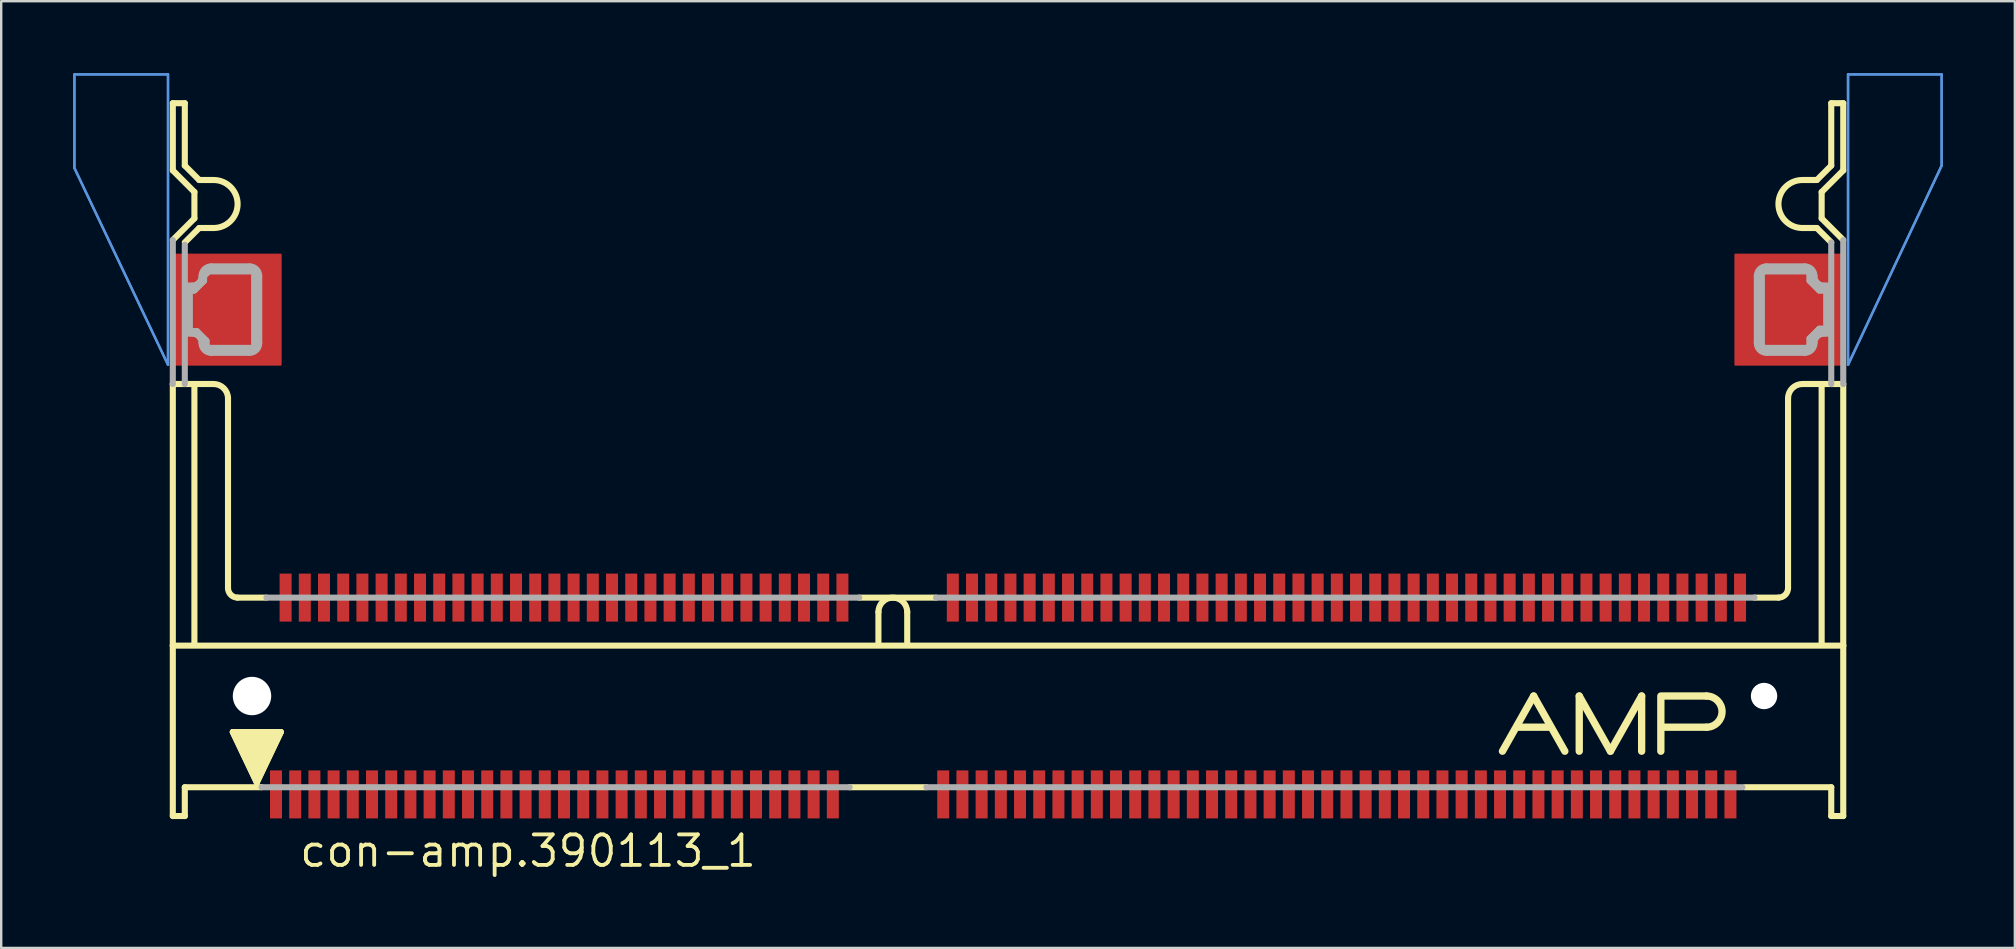
<source format=kicad_pcb>
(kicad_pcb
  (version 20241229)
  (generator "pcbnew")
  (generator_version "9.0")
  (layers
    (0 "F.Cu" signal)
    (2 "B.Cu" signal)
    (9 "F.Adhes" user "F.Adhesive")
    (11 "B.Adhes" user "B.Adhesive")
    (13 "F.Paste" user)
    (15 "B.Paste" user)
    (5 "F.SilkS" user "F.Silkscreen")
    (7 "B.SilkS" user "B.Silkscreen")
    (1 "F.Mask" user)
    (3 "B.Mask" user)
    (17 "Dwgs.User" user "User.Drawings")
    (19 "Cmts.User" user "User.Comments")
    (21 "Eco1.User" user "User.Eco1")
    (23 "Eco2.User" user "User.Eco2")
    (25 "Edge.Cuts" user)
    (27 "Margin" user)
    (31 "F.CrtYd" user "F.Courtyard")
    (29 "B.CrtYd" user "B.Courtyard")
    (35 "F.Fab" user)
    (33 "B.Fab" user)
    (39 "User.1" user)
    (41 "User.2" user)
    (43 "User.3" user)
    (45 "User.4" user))
  (footprint "con-amp.390113_1"
    (layer "F.Cu")
    (at 38.95 25.95)
    (property "Reference" "con-amp.390113_1" (at -29.6 7.2 0) (layer "F.SilkS") (effects (font (size 1.27 1.27) (thickness 0.16)) (justify left bottom)))
    (attr smd)
    (fp_rect (start -34.8 -13.8) (end -30.3 -18.4) (stroke (width 0.05) (type default)) (fill yes) (layer "F.Cu"))
    (fp_rect (start -34.8 -13.8) (end -30.3 -18.4) (stroke (width 0.05) (type default)) (fill yes) (layer "F.Cu"))
    (fp_rect (start 30.3 -13.8) (end 34.8 -18.4) (stroke (width 0.05) (type default)) (fill yes) (layer "F.Cu"))
    (fp_rect (start 30.3 -13.8) (end 34.8 -18.4) (stroke (width 0.05) (type default)) (fill yes) (layer "F.Cu"))
    (fp_rect (start -34.9 -13.725) (end -30.2 -18.475) (stroke (width 0.05) (type default)) (fill yes) (layer "F.Mask"))
    (fp_rect (start 30.225 -13.725) (end 34.925 -18.475) (stroke (width 0.05) (type default)) (fill yes) (layer "F.Mask"))
    (fp_line (start -34.8 -24.7) (end -34.8 -21.9) (stroke (width 0.254) (type default)) (layer "F.SilkS"))
    (fp_line (start -34.8 -21.9) (end -33.9 -21) (stroke (width 0.254) (type default)) (layer "F.SilkS"))
    (fp_line (start -34.8 -2.1) (end -34.8 -13) (stroke (width 0.254) (type default)) (layer "F.SilkS"))
    (fp_line (start -34.8 -2.1) (end 34.8 -2.1) (stroke (width 0.254) (type default)) (layer "F.SilkS"))
    (fp_line (start -34.8 5) (end -34.8 -2.1) (stroke (width 0.254) (type default)) (layer "F.SilkS"))
    (fp_line (start -34.3 -24.7) (end -34.8 -24.7) (stroke (width 0.254) (type default)) (layer "F.SilkS"))
    (fp_line (start -34.3 -22.1) (end -34.3 -24.7) (stroke (width 0.254) (type default)) (layer "F.SilkS"))
    (fp_line (start -34.3 -22.1) (end -33.7 -21.5) (stroke (width 0.254) (type default)) (layer "F.SilkS"))
    (fp_line (start -34.3 3.8) (end -34.3 5) (stroke (width 0.254) (type default)) (layer "F.SilkS"))
    (fp_line (start -34.3 5) (end -34.8 5) (stroke (width 0.254) (type default)) (layer "F.SilkS"))
    (fp_line (start -33.9 -21) (end -33.9 -19.9) (stroke (width 0.254) (type default)) (layer "F.SilkS"))
    (fp_line (start -33.9 -19.9) (end -34.8 -19) (stroke (width 0.254) (type default)) (layer "F.SilkS"))
    (fp_line (start -33.9 -13) (end -34.8 -13) (stroke (width 0.254) (type default)) (layer "F.SilkS"))
    (fp_line (start -33.9 -13) (end -33.1 -13) (stroke (width 0.254) (type default)) (layer "F.SilkS"))
    (fp_line (start -33.9 -2.2) (end -33.9 -13) (stroke (width 0.254) (type default)) (layer "F.SilkS"))
    (fp_line (start -33.7 -19.5) (end -34.3 -18.9) (stroke (width 0.254) (type default)) (layer "F.SilkS"))
    (fp_line (start -33.1 -21.5) (end -33.7 -21.5) (stroke (width 0.254) (type default)) (layer "F.SilkS"))
    (fp_line (start -33.1 -19.5) (end -33.7 -19.5) (stroke (width 0.254) (type default)) (layer "F.SilkS"))
    (fp_line (start -32.5 -12.4) (end -32.5 -4.5) (stroke (width 0.254) (type default)) (layer "F.SilkS"))
    (fp_line (start -32.3 1.5) (end -30.3 1.5) (stroke (width 0.254) (type default)) (layer "F.SilkS"))
    (fp_line (start -32.1 -4.1) (end -30.9 -4.1) (stroke (width 0.254) (type default)) (layer "F.SilkS"))
    (fp_line (start -31.3 3.6) (end -32.3 1.5) (stroke (width 0.254) (type default)) (layer "F.SilkS"))
    (fp_line (start -31.1 3.8) (end -34.3 3.8) (stroke (width 0.254) (type default)) (layer "F.SilkS"))
    (fp_line (start -30.3 1.5) (end -31.3 3.6) (stroke (width 0.254) (type default)) (layer "F.SilkS"))
    (fp_line (start -6.2 -4.1) (end -3 -4.1) (stroke (width 0.254) (type default)) (layer "F.SilkS"))
    (fp_line (start -5.4 -3.5) (end -5.4 -2.2) (stroke (width 0.254) (type default)) (layer "F.SilkS"))
    (fp_line (start -4.2 -3.5) (end -4.2 -2.2) (stroke (width 0.254) (type default)) (layer "F.SilkS"))
    (fp_line (start -3.4 3.8) (end -6.6 3.8) (stroke (width 0.254) (type default)) (layer "F.SilkS"))
    (fp_line (start 21.3 1.3) (end 22.5 1.3) (stroke (width 0.305) (type default)) (layer "F.SilkS"))
    (fp_line (start 21.9 0) (end 20.6 2.3) (stroke (width 0.305) (type default)) (layer "F.SilkS"))
    (fp_line (start 21.9 0) (end 23.2 2.3) (stroke (width 0.305) (type default)) (layer "F.SilkS"))
    (fp_line (start 23.8 0) (end 25.1 2.3) (stroke (width 0.305) (type default)) (layer "F.SilkS"))
    (fp_line (start 23.8 2.3) (end 23.8 0) (stroke (width 0.305) (type default)) (layer "F.SilkS"))
    (fp_line (start 25.1 2.3) (end 26.4 0) (stroke (width 0.305) (type default)) (layer "F.SilkS"))
    (fp_line (start 26.4 0) (end 26.4 2.3) (stroke (width 0.305) (type default)) (layer "F.SilkS"))
    (fp_line (start 27.2 2.3) (end 27.2 0) (stroke (width 0.305) (type default)) (layer "F.SilkS"))
    (fp_line (start 27.3 0) (end 29.1 0) (stroke (width 0.305) (type default)) (layer "F.SilkS"))
    (fp_line (start 27.3 1.3) (end 29.1 1.3) (stroke (width 0.305) (type default)) (layer "F.SilkS"))
    (fp_line (start 32.1 -4.1) (end 31.1 -4.1) (stroke (width 0.254) (type default)) (layer "F.SilkS"))
    (fp_line (start 32.5 -4.5) (end 32.5 -12.4) (stroke (width 0.254) (type default)) (layer "F.SilkS"))
    (fp_line (start 33.1 -21.5) (end 33.7 -21.5) (stroke (width 0.254) (type default)) (layer "F.SilkS"))
    (fp_line (start 33.1 -19.5) (end 33.7 -19.5) (stroke (width 0.254) (type default)) (layer "F.SilkS"))
    (fp_line (start 33.1 -13) (end 33.9 -13) (stroke (width 0.254) (type default)) (layer "F.SilkS"))
    (fp_line (start 33.7 -19.5) (end 34.3 -18.9) (stroke (width 0.254) (type default)) (layer "F.SilkS"))
    (fp_line (start 33.9 -21) (end 33.9 -19.9) (stroke (width 0.254) (type default)) (layer "F.SilkS"))
    (fp_line (start 33.9 -19.9) (end 34.8 -19) (stroke (width 0.254) (type default)) (layer "F.SilkS"))
    (fp_line (start 33.9 -13) (end 34.8 -13) (stroke (width 0.254) (type default)) (layer "F.SilkS"))
    (fp_line (start 33.9 -2.2) (end 33.9 -13) (stroke (width 0.254) (type default)) (layer "F.SilkS"))
    (fp_line (start 34.3 -24.7) (end 34.8 -24.7) (stroke (width 0.254) (type default)) (layer "F.SilkS"))
    (fp_line (start 34.3 -22.1) (end 33.7 -21.5) (stroke (width 0.254) (type default)) (layer "F.SilkS"))
    (fp_line (start 34.3 -22.1) (end 34.3 -24.7) (stroke (width 0.254) (type default)) (layer "F.SilkS"))
    (fp_line (start 34.3 3.8) (end 30.7 3.8) (stroke (width 0.254) (type default)) (layer "F.SilkS"))
    (fp_line (start 34.3 5) (end 34.3 3.8) (stroke (width 0.254) (type default)) (layer "F.SilkS"))
    (fp_line (start 34.8 -24.7) (end 34.8 -21.9) (stroke (width 0.254) (type default)) (layer "F.SilkS"))
    (fp_line (start 34.8 -21.9) (end 33.9 -21) (stroke (width 0.254) (type default)) (layer "F.SilkS"))
    (fp_line (start 34.8 -13) (end 34.8 -2.1) (stroke (width 0.254) (type default)) (layer "F.SilkS"))
    (fp_line (start 34.8 -2.1) (end 34.8 5) (stroke (width 0.254) (type default)) (layer "F.SilkS"))
    (fp_line (start 34.8 5) (end 34.3 5) (stroke (width 0.254) (type default)) (layer "F.SilkS"))
    (fp_arc (start -33.1 -21.5) (mid -32.1 -20.5) (end -33.1 -19.5) (stroke (width 0.254) (type default)) (layer "F.SilkS"))
    (fp_arc (start -33.1 -13) (mid -32.675736 -12.824264) (end -32.5 -12.4) (stroke (width 0.254) (type default)) (layer "F.SilkS"))
    (fp_arc (start -32.1 -4.1) (mid -32.382843 -4.217157) (end -32.5 -4.5) (stroke (width 0.254) (type default)) (layer "F.SilkS"))
    (fp_arc (start -5.4 -3.5) (mid -4.8 -4.1) (end -4.2 -3.5) (stroke (width 0.254) (type default)) (layer "F.SilkS"))
    (fp_arc (start 29.1 0) (mid 29.75 0.65) (end 29.1 1.3) (stroke (width 0.3048) (type default)) (layer "F.SilkS"))
    (fp_arc (start 32.5 -12.4) (mid 32.675736 -12.824264) (end 33.1 -13) (stroke (width 0.254) (type default)) (layer "F.SilkS"))
    (fp_arc (start 32.5 -4.5) (mid 32.382843 -4.217157) (end 32.1 -4.1) (stroke (width 0.254) (type default)) (layer "F.SilkS"))
    (fp_arc (start 33.1 -19.5) (mid 32.1 -20.5) (end 33.1 -21.5) (stroke (width 0.254) (type default)) (layer "F.SilkS"))
    (fp_poly (pts (xy -31.3 3.6) (xy -32.3 1.5) (xy -30.3 1.5)) (stroke (width 0.254) (type default)) (fill yes) (layer "F.SilkS"))
    (fp_rect (start -34.55 -14.025) (end -30.775 -18.2) (stroke (width 0.05) (type default)) (fill yes) (layer "F.Paste"))
    (fp_rect (start 30.775 -14.025) (end 34.55 -18.2) (stroke (width 0.05) (type default)) (fill yes) (layer "F.Paste"))
    (fp_line (start -38.9 -25.9) (end -35 -25.9) (stroke (width 0.1) (type default)) (layer "Cmts.User"))
    (fp_line (start -38.9 -22) (end -38.9 -25.9) (stroke (width 0.1) (type default)) (layer "Cmts.User"))
    (fp_line (start -35 -25.9) (end -35 -13.8) (stroke (width 0.1) (type default)) (layer "Cmts.User"))
    (fp_line (start -35 -13.8) (end -38.9 -22) (stroke (width 0.1) (type default)) (layer "Cmts.User"))
    (fp_line (start 35 -25.9) (end 38.9 -25.9) (stroke (width 0.1) (type default)) (layer "Cmts.User"))
    (fp_line (start 35 -13.8) (end 35 -25.9) (stroke (width 0.1) (type default)) (layer "Cmts.User"))
    (fp_line (start 38.9 -25.9) (end 38.9 -22.1) (stroke (width 0.1) (type default)) (layer "Cmts.User"))
    (fp_line (start 38.9 -22.1) (end 35 -13.8) (stroke (width 0.1) (type default)) (layer "Cmts.User"))
    (fp_poly (pts (xy -38.9 -25.9) (xy -35 -25.9) (xy -35 -13.8) (xy -38.9 -22)) (stroke (width 0.1) (type default)) (fill no) (layer "Cmts.User"))
    (fp_poly (pts (xy 38.9 -25.9) (xy 38.9 -22.1) (xy 35 -13.8) (xy 35 -25.9)) (stroke (width 0.1) (type default)) (fill no) (layer "Cmts.User"))
    (fp_line (start -34.8 -13) (end -34.8 -19) (stroke (width 0.254) (type default)) (layer "F.Fab"))
    (fp_line (start -34.3 -13) (end -34.3 -18.8) (stroke (width 0.254) (type default)) (layer "F.Fab"))
    (fp_line (start -34.1 -16.9) (end -33.9 -16.9) (stroke (width 0.254) (type default)) (layer "F.Fab"))
    (fp_line (start -34.1 -15.2) (end -34.1 -16.9) (stroke (width 0.254) (type default)) (layer "F.Fab"))
    (fp_line (start -34 -17.1) (end -34.2 -17.1) (stroke (width 0.254) (type default)) (layer "F.Fab"))
    (fp_line (start -34 -15.1) (end -34.2 -15.1) (stroke (width 0.254) (type default)) (layer "F.Fab"))
    (fp_line (start -33.9 -16.9) (end -33.5 -17.3) (stroke (width 0.254) (type default)) (layer "F.Fab"))
    (fp_line (start -33.8 -15.2) (end -34.1 -15.2) (stroke (width 0.254) (type default)) (layer "F.Fab"))
    (fp_line (start -33.5 -17.5) (end -33.3 -17.7) (stroke (width 0.254) (type default)) (layer "F.Fab"))
    (fp_line (start -33.5 -17.3) (end -33.5 -17.5) (stroke (width 0.254) (type default)) (layer "F.Fab"))
    (fp_line (start -33.4 -14.8) (end -33.8 -15.2) (stroke (width 0.254) (type default)) (layer "F.Fab"))
    (fp_line (start -33.4 -14.6) (end -33.4 -14.8) (stroke (width 0.254) (type default)) (layer "F.Fab"))
    (fp_line (start -33.3 -17.7) (end -31.4 -17.7) (stroke (width 0.254) (type default)) (layer "F.Fab"))
    (fp_line (start -33.3 -14.5) (end -33.4 -14.6) (stroke (width 0.254) (type default)) (layer "F.Fab"))
    (fp_line (start -33.2 -17.9) (end -31.6 -17.9) (stroke (width 0.254) (type default)) (layer "F.Fab"))
    (fp_line (start -31.6 -14.3) (end -33.2 -14.3) (stroke (width 0.254) (type default)) (layer "F.Fab"))
    (fp_line (start -31.4 -17.7) (end -31.4 -14.5) (stroke (width 0.254) (type default)) (layer "F.Fab"))
    (fp_line (start -31.4 -14.5) (end -33.3 -14.5) (stroke (width 0.254) (type default)) (layer "F.Fab"))
    (fp_line (start -31.2 -17.5) (end -31.2 -14.7) (stroke (width 0.254) (type default)) (layer "F.Fab"))
    (fp_line (start -31.1 3.8) (end -6.6 3.8) (stroke (width 0.254) (type default)) (layer "F.Fab"))
    (fp_line (start -30.9 -4.1) (end -6.2 -4.1) (stroke (width 0.254) (type default)) (layer "F.Fab"))
    (fp_line (start -3.4 3.8) (end 30.6 3.8) (stroke (width 0.254) (type default)) (layer "F.Fab"))
    (fp_line (start -3 -4.1) (end 31.1 -4.1) (stroke (width 0.254) (type default)) (layer "F.Fab"))
    (fp_line (start 31.2 -17.5) (end 31.2 -14.7) (stroke (width 0.254) (type default)) (layer "F.Fab"))
    (fp_line (start 31.4 -17.6) (end 31.5 -17.7) (stroke (width 0.254) (type default)) (layer "F.Fab"))
    (fp_line (start 31.4 -14.6) (end 31.4 -17.6) (stroke (width 0.254) (type default)) (layer "F.Fab"))
    (fp_line (start 31.5 -17.7) (end 33.3 -17.7) (stroke (width 0.254) (type default)) (layer "F.Fab"))
    (fp_line (start 31.5 -14.5) (end 31.4 -14.6) (stroke (width 0.254) (type default)) (layer "F.Fab"))
    (fp_line (start 31.6 -14.3) (end 33.2 -14.3) (stroke (width 0.254) (type default)) (layer "F.Fab"))
    (fp_line (start 33.2 -17.9) (end 31.6 -17.9) (stroke (width 0.254) (type default)) (layer "F.Fab"))
    (fp_line (start 33.3 -17.7) (end 33.4 -17.6) (stroke (width 0.254) (type default)) (layer "F.Fab"))
    (fp_line (start 33.3 -14.5) (end 31.5 -14.5) (stroke (width 0.254) (type default)) (layer "F.Fab"))
    (fp_line (start 33.4 -17.6) (end 33.4 -17.3) (stroke (width 0.254) (type default)) (layer "F.Fab"))
    (fp_line (start 33.4 -17.3) (end 33.8 -16.9) (stroke (width 0.254) (type default)) (layer "F.Fab"))
    (fp_line (start 33.4 -14.9) (end 33.4 -14.6) (stroke (width 0.254) (type default)) (layer "F.Fab"))
    (fp_line (start 33.4 -14.6) (end 33.3 -14.5) (stroke (width 0.254) (type default)) (layer "F.Fab"))
    (fp_line (start 33.8 -16.9) (end 34.1 -16.9) (stroke (width 0.254) (type default)) (layer "F.Fab"))
    (fp_line (start 33.8 -15.3) (end 33.4 -14.9) (stroke (width 0.254) (type default)) (layer "F.Fab"))
    (fp_line (start 34 -17.1) (end 34.2 -17.1) (stroke (width 0.254) (type default)) (layer "F.Fab"))
    (fp_line (start 34 -15.1) (end 34.2 -15.1) (stroke (width 0.254) (type default)) (layer "F.Fab"))
    (fp_line (start 34.1 -16.9) (end 34.1 -15.3) (stroke (width 0.254) (type default)) (layer "F.Fab"))
    (fp_line (start 34.1 -15.3) (end 33.8 -15.3) (stroke (width 0.254) (type default)) (layer "F.Fab"))
    (fp_line (start 34.3 -18.9) (end 34.3 -13) (stroke (width 0.254) (type default)) (layer "F.Fab"))
    (fp_line (start 34.8 -19) (end 34.8 -13) (stroke (width 0.254) (type default)) (layer "F.Fab"))
    (fp_arc (start -34 -15.1) (mid -33.717157 -14.982843) (end -33.6 -14.7) (stroke (width 0.254) (type default)) (layer "F.Fab"))
    (fp_arc (start -33.6 -17.5) (mid -33.717157 -17.217157) (end -34 -17.1) (stroke (width 0.254) (type default)) (layer "F.Fab"))
    (fp_arc (start -33.6 -17.5) (mid -33.482843 -17.782843) (end -33.2 -17.9) (stroke (width 0.254) (type default)) (layer "F.Fab"))
    (fp_arc (start -33.2 -14.3) (mid -33.482843 -14.417157) (end -33.6 -14.7) (stroke (width 0.254) (type default)) (layer "F.Fab"))
    (fp_arc (start -31.6 -17.9) (mid -31.317157 -17.782843) (end -31.2 -17.5) (stroke (width 0.254) (type default)) (layer "F.Fab"))
    (fp_arc (start -31.2 -14.7) (mid -31.317157 -14.417157) (end -31.6 -14.3) (stroke (width 0.254) (type default)) (layer "F.Fab"))
    (fp_arc (start 31.2 -17.5) (mid 31.317157 -17.782843) (end 31.6 -17.9) (stroke (width 0.254) (type default)) (layer "F.Fab"))
    (fp_arc (start 31.6 -14.3) (mid 31.317157 -14.417157) (end 31.2 -14.7) (stroke (width 0.254) (type default)) (layer "F.Fab"))
    (fp_arc (start 33.2 -17.9) (mid 33.482843 -17.782843) (end 33.6 -17.5) (stroke (width 0.254) (type default)) (layer "F.Fab"))
    (fp_arc (start 33.6 -14.7) (mid 33.482843 -14.417157) (end 33.2 -14.3) (stroke (width 0.254) (type default)) (layer "F.Fab"))
    (fp_arc (start 33.6 -14.7) (mid 33.717157 -14.982843) (end 34 -15.1) (stroke (width 0.254) (type default)) (layer "F.Fab"))
    (fp_arc (start 34 -17.1) (mid 33.717157 -17.217157) (end 33.6 -17.5) (stroke (width 0.254) (type default)) (layer "F.Fab"))
    (fp_poly (pts (xy -34.1 -16.9) (xy -33.9 -16.9) (xy -33.5 -17.3) (xy -33.5 -17.5) (xy -33.3 -17.7) (xy -31.4 -17.7) (xy -31.4 -14.5) (xy -33.3 -14.5) (xy -33.4 -14.6) (xy -33.4 -14.8) (xy -33.8 -15.2) (xy -34.1 -15.2) (xy -34.1 -16.8)) (stroke (width 0.254) (type default)) (fill no) (layer "F.Fab"))
    (fp_poly (pts (xy 31.4 -17.6) (xy 31.5 -17.7) (xy 33.3 -17.7) (xy 33.4 -17.6) (xy 33.4 -17.3) (xy 33.8 -16.9) (xy 34.1 -16.9) (xy 34.1 -15.3) (xy 33.8 -15.3) (xy 33.4 -14.9) (xy 33.4 -14.6) (xy 33.3 -14.5) (xy 31.5 -14.5) (xy 31.4 -14.6) (xy 31.4 -17.5)) (stroke (width 0.254) (type default)) (fill no) (layer "F.Fab"))
    (pad "" np_thru_hole circle (at -31.5 0) (size 1.6 1.6) (drill 1.6) (layers "*.Cu" "*.Mask"))
    (pad "" np_thru_hole circle (at 31.5 0) (size 1.1 1.1) (drill 1.1) (layers "*.Cu" "*.Mask"))
    (pad "1" smd roundrect (at -30.5 4.1) (size 0.5 2) (layers "F.Cu" "F.Mask" "F.Paste") (roundrect_rratio 0.01))
    (pad "2" smd roundrect (at -29.7 4.1) (size 0.5 2) (layers "F.Cu" "F.Mask" "F.Paste") (roundrect_rratio 0.01))
    (pad "3" smd roundrect (at -28.9 4.1) (size 0.5 2) (layers "F.Cu" "F.Mask" "F.Paste") (roundrect_rratio 0.01))
    (pad "4" smd roundrect (at -28.1 4.1) (size 0.5 2) (layers "F.Cu" "F.Mask" "F.Paste") (roundrect_rratio 0.01))
    (pad "5" smd roundrect (at -27.3 4.1) (size 0.5 2) (layers "F.Cu" "F.Mask" "F.Paste") (roundrect_rratio 0.01))
    (pad "6" smd roundrect (at -26.5 4.1) (size 0.5 2) (layers "F.Cu" "F.Mask" "F.Paste") (roundrect_rratio 0.01))
    (pad "7" smd roundrect (at -25.7 4.1) (size 0.5 2) (layers "F.Cu" "F.Mask" "F.Paste") (roundrect_rratio 0.01))
    (pad "8" smd roundrect (at -24.9 4.1) (size 0.5 2) (layers "F.Cu" "F.Mask" "F.Paste") (roundrect_rratio 0.01))
    (pad "9" smd roundrect (at -24.1 4.1) (size 0.5 2) (layers "F.Cu" "F.Mask" "F.Paste") (roundrect_rratio 0.01))
    (pad "10" smd roundrect (at -23.3 4.1) (size 0.5 2) (layers "F.Cu" "F.Mask" "F.Paste") (roundrect_rratio 0.01))
    (pad "11" smd roundrect (at -22.5 4.1) (size 0.5 2) (layers "F.Cu" "F.Mask" "F.Paste") (roundrect_rratio 0.01))
    (pad "12" smd roundrect (at -21.7 4.1) (size 0.5 2) (layers "F.Cu" "F.Mask" "F.Paste") (roundrect_rratio 0.01))
    (pad "13" smd roundrect (at -20.9 4.1) (size 0.5 2) (layers "F.Cu" "F.Mask" "F.Paste") (roundrect_rratio 0.01))
    (pad "14" smd roundrect (at -20.1 4.1) (size 0.5 2) (layers "F.Cu" "F.Mask" "F.Paste") (roundrect_rratio 0.01))
    (pad "15" smd roundrect (at -19.3 4.1) (size 0.5 2) (layers "F.Cu" "F.Mask" "F.Paste") (roundrect_rratio 0.01))
    (pad "16" smd roundrect (at -18.5 4.1) (size 0.5 2) (layers "F.Cu" "F.Mask" "F.Paste") (roundrect_rratio 0.01))
    (pad "17" smd roundrect (at -17.7 4.1) (size 0.5 2) (layers "F.Cu" "F.Mask" "F.Paste") (roundrect_rratio 0.01))
    (pad "18" smd roundrect (at -16.9 4.1) (size 0.5 2) (layers "F.Cu" "F.Mask" "F.Paste") (roundrect_rratio 0.01))
    (pad "19" smd roundrect (at -16.1 4.1) (size 0.5 2) (layers "F.Cu" "F.Mask" "F.Paste") (roundrect_rratio 0.01))
    (pad "20" smd roundrect (at -15.3 4.1) (size 0.5 2) (layers "F.Cu" "F.Mask" "F.Paste") (roundrect_rratio 0.01))
    (pad "21" smd roundrect (at -14.5 4.1) (size 0.5 2) (layers "F.Cu" "F.Mask" "F.Paste") (roundrect_rratio 0.01))
    (pad "22" smd roundrect (at -13.7 4.1) (size 0.5 2) (layers "F.Cu" "F.Mask" "F.Paste") (roundrect_rratio 0.01))
    (pad "23" smd roundrect (at -12.9 4.1) (size 0.5 2) (layers "F.Cu" "F.Mask" "F.Paste") (roundrect_rratio 0.01))
    (pad "24" smd roundrect (at -12.1 4.1) (size 0.5 2) (layers "F.Cu" "F.Mask" "F.Paste") (roundrect_rratio 0.01))
    (pad "25" smd roundrect (at -11.3 4.1) (size 0.5 2) (layers "F.Cu" "F.Mask" "F.Paste") (roundrect_rratio 0.01))
    (pad "26" smd roundrect (at -10.5 4.1) (size 0.5 2) (layers "F.Cu" "F.Mask" "F.Paste") (roundrect_rratio 0.01))
    (pad "27" smd roundrect (at -9.7 4.1) (size 0.5 2) (layers "F.Cu" "F.Mask" "F.Paste") (roundrect_rratio 0.01))
    (pad "28" smd roundrect (at -8.9 4.1) (size 0.5 2) (layers "F.Cu" "F.Mask" "F.Paste") (roundrect_rratio 0.01))
    (pad "29" smd roundrect (at -8.1 4.1) (size 0.5 2) (layers "F.Cu" "F.Mask" "F.Paste") (roundrect_rratio 0.01))
    (pad "30" smd roundrect (at -7.3 4.1) (size 0.5 2) (layers "F.Cu" "F.Mask" "F.Paste") (roundrect_rratio 0.01))
    (pad "31" smd roundrect (at -2.7 4.1) (size 0.5 2) (layers "F.Cu" "F.Mask" "F.Paste") (roundrect_rratio 0.01))
    (pad "32" smd roundrect (at -1.9 4.1) (size 0.5 2) (layers "F.Cu" "F.Mask" "F.Paste") (roundrect_rratio 0.01))
    (pad "33" smd roundrect (at -1.1 4.1) (size 0.5 2) (layers "F.Cu" "F.Mask" "F.Paste") (roundrect_rratio 0.01))
    (pad "34" smd roundrect (at -0.3 4.1) (size 0.5 2) (layers "F.Cu" "F.Mask" "F.Paste") (roundrect_rratio 0.01))
    (pad "35" smd roundrect (at 0.5 4.1) (size 0.5 2) (layers "F.Cu" "F.Mask" "F.Paste") (roundrect_rratio 0.01))
    (pad "36" smd roundrect (at 1.3 4.1) (size 0.5 2) (layers "F.Cu" "F.Mask" "F.Paste") (roundrect_rratio 0.01))
    (pad "37" smd roundrect (at 2.1 4.1) (size 0.5 2) (layers "F.Cu" "F.Mask" "F.Paste") (roundrect_rratio 0.01))
    (pad "38" smd roundrect (at 2.9 4.1) (size 0.5 2) (layers "F.Cu" "F.Mask" "F.Paste") (roundrect_rratio 0.01))
    (pad "39" smd roundrect (at 3.7 4.1) (size 0.5 2) (layers "F.Cu" "F.Mask" "F.Paste") (roundrect_rratio 0.01))
    (pad "40" smd roundrect (at 4.5 4.1) (size 0.5 2) (layers "F.Cu" "F.Mask" "F.Paste") (roundrect_rratio 0.01))
    (pad "41" smd roundrect (at 5.3 4.1) (size 0.5 2) (layers "F.Cu" "F.Mask" "F.Paste") (roundrect_rratio 0.01))
    (pad "42" smd roundrect (at 6.1 4.1) (size 0.5 2) (layers "F.Cu" "F.Mask" "F.Paste") (roundrect_rratio 0.01))
    (pad "43" smd roundrect (at 6.9 4.1) (size 0.5 2) (layers "F.Cu" "F.Mask" "F.Paste") (roundrect_rratio 0.01))
    (pad "44" smd roundrect (at 7.7 4.1) (size 0.5 2) (layers "F.Cu" "F.Mask" "F.Paste") (roundrect_rratio 0.01))
    (pad "45" smd roundrect (at 8.5 4.1) (size 0.5 2) (layers "F.Cu" "F.Mask" "F.Paste") (roundrect_rratio 0.01))
    (pad "46" smd roundrect (at 9.3 4.1) (size 0.5 2) (layers "F.Cu" "F.Mask" "F.Paste") (roundrect_rratio 0.01))
    (pad "47" smd roundrect (at 10.1 4.1) (size 0.5 2) (layers "F.Cu" "F.Mask" "F.Paste") (roundrect_rratio 0.01))
    (pad "48" smd roundrect (at 10.9 4.1) (size 0.5 2) (layers "F.Cu" "F.Mask" "F.Paste") (roundrect_rratio 0.01))
    (pad "49" smd roundrect (at 11.7 4.1) (size 0.5 2) (layers "F.Cu" "F.Mask" "F.Paste") (roundrect_rratio 0.01))
    (pad "50" smd roundrect (at 12.5 4.1) (size 0.5 2) (layers "F.Cu" "F.Mask" "F.Paste") (roundrect_rratio 0.01))
    (pad "51" smd roundrect (at 13.3 4.1) (size 0.5 2) (layers "F.Cu" "F.Mask" "F.Paste") (roundrect_rratio 0.01))
    (pad "52" smd roundrect (at 14.1 4.1) (size 0.5 2) (layers "F.Cu" "F.Mask" "F.Paste") (roundrect_rratio 0.01))
    (pad "53" smd roundrect (at 14.9 4.1) (size 0.5 2) (layers "F.Cu" "F.Mask" "F.Paste") (roundrect_rratio 0.01))
    (pad "54" smd roundrect (at 15.7 4.1) (size 0.5 2) (layers "F.Cu" "F.Mask" "F.Paste") (roundrect_rratio 0.01))
    (pad "55" smd roundrect (at 16.5 4.1) (size 0.5 2) (layers "F.Cu" "F.Mask" "F.Paste") (roundrect_rratio 0.01))
    (pad "56" smd roundrect (at 17.3 4.1) (size 0.5 2) (layers "F.Cu" "F.Mask" "F.Paste") (roundrect_rratio 0.01))
    (pad "57" smd roundrect (at 18.1 4.1) (size 0.5 2) (layers "F.Cu" "F.Mask" "F.Paste") (roundrect_rratio 0.01))
    (pad "58" smd roundrect (at 18.9 4.1) (size 0.5 2) (layers "F.Cu" "F.Mask" "F.Paste") (roundrect_rratio 0.01))
    (pad "59" smd roundrect (at 19.7 4.1) (size 0.5 2) (layers "F.Cu" "F.Mask" "F.Paste") (roundrect_rratio 0.01))
    (pad "60" smd roundrect (at 20.5 4.1) (size 0.5 2) (layers "F.Cu" "F.Mask" "F.Paste") (roundrect_rratio 0.01))
    (pad "61" smd roundrect (at 21.3 4.1) (size 0.5 2) (layers "F.Cu" "F.Mask" "F.Paste") (roundrect_rratio 0.01))
    (pad "62" smd roundrect (at 22.1 4.1) (size 0.5 2) (layers "F.Cu" "F.Mask" "F.Paste") (roundrect_rratio 0.01))
    (pad "63" smd roundrect (at 22.9 4.1) (size 0.5 2) (layers "F.Cu" "F.Mask" "F.Paste") (roundrect_rratio 0.01))
    (pad "64" smd roundrect (at 23.7 4.1) (size 0.5 2) (layers "F.Cu" "F.Mask" "F.Paste") (roundrect_rratio 0.01))
    (pad "65" smd roundrect (at 24.5 4.1) (size 0.5 2) (layers "F.Cu" "F.Mask" "F.Paste") (roundrect_rratio 0.01))
    (pad "66" smd roundrect (at 25.3 4.1) (size 0.5 2) (layers "F.Cu" "F.Mask" "F.Paste") (roundrect_rratio 0.01))
    (pad "67" smd roundrect (at 26.1 4.1) (size 0.5 2) (layers "F.Cu" "F.Mask" "F.Paste") (roundrect_rratio 0.01))
    (pad "68" smd roundrect (at 26.9 4.1) (size 0.5 2) (layers "F.Cu" "F.Mask" "F.Paste") (roundrect_rratio 0.01))
    (pad "69" smd roundrect (at 27.7 4.1) (size 0.5 2) (layers "F.Cu" "F.Mask" "F.Paste") (roundrect_rratio 0.01))
    (pad "70" smd roundrect (at 28.5 4.1) (size 0.5 2) (layers "F.Cu" "F.Mask" "F.Paste") (roundrect_rratio 0.01))
    (pad "71" smd roundrect (at 29.3 4.1) (size 0.5 2) (layers "F.Cu" "F.Mask" "F.Paste") (roundrect_rratio 0.01))
    (pad "72" smd roundrect (at 30.1 4.1) (size 0.5 2) (layers "F.Cu" "F.Mask" "F.Paste") (roundrect_rratio 0.01))
    (pad "73" smd roundrect (at -30.1 -4.1) (size 0.5 2) (layers "F.Cu" "F.Mask" "F.Paste") (roundrect_rratio 0.01))
    (pad "74" smd roundrect (at -29.3 -4.1) (size 0.5 2) (layers "F.Cu" "F.Mask" "F.Paste") (roundrect_rratio 0.01))
    (pad "75" smd roundrect (at -28.5 -4.1) (size 0.5 2) (layers "F.Cu" "F.Mask" "F.Paste") (roundrect_rratio 0.01))
    (pad "76" smd roundrect (at -27.7 -4.1) (size 0.5 2) (layers "F.Cu" "F.Mask" "F.Paste") (roundrect_rratio 0.01))
    (pad "77" smd roundrect (at -26.9 -4.1) (size 0.5 2) (layers "F.Cu" "F.Mask" "F.Paste") (roundrect_rratio 0.01))
    (pad "78" smd roundrect (at -26.1 -4.1) (size 0.5 2) (layers "F.Cu" "F.Mask" "F.Paste") (roundrect_rratio 0.01))
    (pad "79" smd roundrect (at -25.3 -4.1) (size 0.5 2) (layers "F.Cu" "F.Mask" "F.Paste") (roundrect_rratio 0.01))
    (pad "80" smd roundrect (at -24.5 -4.1) (size 0.5 2) (layers "F.Cu" "F.Mask" "F.Paste") (roundrect_rratio 0.01))
    (pad "81" smd roundrect (at -23.7 -4.1) (size 0.5 2) (layers "F.Cu" "F.Mask" "F.Paste") (roundrect_rratio 0.01))
    (pad "82" smd roundrect (at -22.9 -4.1) (size 0.5 2) (layers "F.Cu" "F.Mask" "F.Paste") (roundrect_rratio 0.01))
    (pad "83" smd roundrect (at -22.1 -4.1) (size 0.5 2) (layers "F.Cu" "F.Mask" "F.Paste") (roundrect_rratio 0.01))
    (pad "84" smd roundrect (at -21.3 -4.1) (size 0.5 2) (layers "F.Cu" "F.Mask" "F.Paste") (roundrect_rratio 0.01))
    (pad "85" smd roundrect (at -20.5 -4.1) (size 0.5 2) (layers "F.Cu" "F.Mask" "F.Paste") (roundrect_rratio 0.01))
    (pad "86" smd roundrect (at -19.7 -4.1) (size 0.5 2) (layers "F.Cu" "F.Mask" "F.Paste") (roundrect_rratio 0.01))
    (pad "87" smd roundrect (at -18.9 -4.1) (size 0.5 2) (layers "F.Cu" "F.Mask" "F.Paste") (roundrect_rratio 0.01))
    (pad "88" smd roundrect (at -18.1 -4.1) (size 0.5 2) (layers "F.Cu" "F.Mask" "F.Paste") (roundrect_rratio 0.01))
    (pad "89" smd roundrect (at -17.3 -4.1) (size 0.5 2) (layers "F.Cu" "F.Mask" "F.Paste") (roundrect_rratio 0.01))
    (pad "90" smd roundrect (at -16.5 -4.1) (size 0.5 2) (layers "F.Cu" "F.Mask" "F.Paste") (roundrect_rratio 0.01))
    (pad "91" smd roundrect (at -15.7 -4.1) (size 0.5 2) (layers "F.Cu" "F.Mask" "F.Paste") (roundrect_rratio 0.01))
    (pad "92" smd roundrect (at -14.9 -4.1) (size 0.5 2) (layers "F.Cu" "F.Mask" "F.Paste") (roundrect_rratio 0.01))
    (pad "93" smd roundrect (at -14.1 -4.1) (size 0.5 2) (layers "F.Cu" "F.Mask" "F.Paste") (roundrect_rratio 0.01))
    (pad "94" smd roundrect (at -13.3 -4.1) (size 0.5 2) (layers "F.Cu" "F.Mask" "F.Paste") (roundrect_rratio 0.01))
    (pad "95" smd roundrect (at -12.5 -4.1) (size 0.5 2) (layers "F.Cu" "F.Mask" "F.Paste") (roundrect_rratio 0.01))
    (pad "96" smd roundrect (at -11.7 -4.1) (size 0.5 2) (layers "F.Cu" "F.Mask" "F.Paste") (roundrect_rratio 0.01))
    (pad "97" smd roundrect (at -10.9 -4.1) (size 0.5 2) (layers "F.Cu" "F.Mask" "F.Paste") (roundrect_rratio 0.01))
    (pad "98" smd roundrect (at -10.1 -4.1) (size 0.5 2) (layers "F.Cu" "F.Mask" "F.Paste") (roundrect_rratio 0.01))
    (pad "99" smd roundrect (at -9.3 -4.1) (size 0.5 2) (layers "F.Cu" "F.Mask" "F.Paste") (roundrect_rratio 0.01))
    (pad "100" smd roundrect (at -8.5 -4.1) (size 0.5 2) (layers "F.Cu" "F.Mask" "F.Paste") (roundrect_rratio 0.01))
    (pad "101" smd roundrect (at -7.7 -4.1) (size 0.5 2) (layers "F.Cu" "F.Mask" "F.Paste") (roundrect_rratio 0.01))
    (pad "102" smd roundrect (at -6.9 -4.1) (size 0.5 2) (layers "F.Cu" "F.Mask" "F.Paste") (roundrect_rratio 0.01))
    (pad "103" smd roundrect (at -2.3 -4.1) (size 0.5 2) (layers "F.Cu" "F.Mask" "F.Paste") (roundrect_rratio 0.01))
    (pad "104" smd roundrect (at -1.5 -4.1) (size 0.5 2) (layers "F.Cu" "F.Mask" "F.Paste") (roundrect_rratio 0.01))
    (pad "105" smd roundrect (at -0.7 -4.1) (size 0.5 2) (layers "F.Cu" "F.Mask" "F.Paste") (roundrect_rratio 0.01))
    (pad "106" smd roundrect (at 0.1 -4.1) (size 0.5 2) (layers "F.Cu" "F.Mask" "F.Paste") (roundrect_rratio 0.01))
    (pad "107" smd roundrect (at 0.9 -4.1) (size 0.5 2) (layers "F.Cu" "F.Mask" "F.Paste") (roundrect_rratio 0.01))
    (pad "108" smd roundrect (at 1.7 -4.1) (size 0.5 2) (layers "F.Cu" "F.Mask" "F.Paste") (roundrect_rratio 0.01))
    (pad "109" smd roundrect (at 2.5 -4.1) (size 0.5 2) (layers "F.Cu" "F.Mask" "F.Paste") (roundrect_rratio 0.01))
    (pad "110" smd roundrect (at 3.3 -4.1) (size 0.5 2) (layers "F.Cu" "F.Mask" "F.Paste") (roundrect_rratio 0.01))
    (pad "111" smd roundrect (at 4.1 -4.1) (size 0.5 2) (layers "F.Cu" "F.Mask" "F.Paste") (roundrect_rratio 0.01))
    (pad "112" smd roundrect (at 4.9 -4.1) (size 0.5 2) (layers "F.Cu" "F.Mask" "F.Paste") (roundrect_rratio 0.01))
    (pad "113" smd roundrect (at 5.7 -4.1) (size 0.5 2) (layers "F.Cu" "F.Mask" "F.Paste") (roundrect_rratio 0.01))
    (pad "114" smd roundrect (at 6.5 -4.1) (size 0.5 2) (layers "F.Cu" "F.Mask" "F.Paste") (roundrect_rratio 0.01))
    (pad "115" smd roundrect (at 7.3 -4.1) (size 0.5 2) (layers "F.Cu" "F.Mask" "F.Paste") (roundrect_rratio 0.01))
    (pad "116" smd roundrect (at 8.1 -4.1) (size 0.5 2) (layers "F.Cu" "F.Mask" "F.Paste") (roundrect_rratio 0.01))
    (pad "117" smd roundrect (at 8.9 -4.1) (size 0.5 2) (layers "F.Cu" "F.Mask" "F.Paste") (roundrect_rratio 0.01))
    (pad "118" smd roundrect (at 9.7 -4.1) (size 0.5 2) (layers "F.Cu" "F.Mask" "F.Paste") (roundrect_rratio 0.01))
    (pad "119" smd roundrect (at 10.5 -4.1) (size 0.5 2) (layers "F.Cu" "F.Mask" "F.Paste") (roundrect_rratio 0.01))
    (pad "120" smd roundrect (at 11.3 -4.1) (size 0.5 2) (layers "F.Cu" "F.Mask" "F.Paste") (roundrect_rratio 0.01))
    (pad "121" smd roundrect (at 12.1 -4.1) (size 0.5 2) (layers "F.Cu" "F.Mask" "F.Paste") (roundrect_rratio 0.01))
    (pad "122" smd roundrect (at 12.9 -4.1) (size 0.5 2) (layers "F.Cu" "F.Mask" "F.Paste") (roundrect_rratio 0.01))
    (pad "123" smd roundrect (at 13.7 -4.1) (size 0.5 2) (layers "F.Cu" "F.Mask" "F.Paste") (roundrect_rratio 0.01))
    (pad "124" smd roundrect (at 14.5 -4.1) (size 0.5 2) (layers "F.Cu" "F.Mask" "F.Paste") (roundrect_rratio 0.01))
    (pad "125" smd roundrect (at 15.3 -4.1) (size 0.5 2) (layers "F.Cu" "F.Mask" "F.Paste") (roundrect_rratio 0.01))
    (pad "126" smd roundrect (at 16.1 -4.1) (size 0.5 2) (layers "F.Cu" "F.Mask" "F.Paste") (roundrect_rratio 0.01))
    (pad "127" smd roundrect (at 16.9 -4.1) (size 0.5 2) (layers "F.Cu" "F.Mask" "F.Paste") (roundrect_rratio 0.01))
    (pad "128" smd roundrect (at 17.7 -4.1) (size 0.5 2) (layers "F.Cu" "F.Mask" "F.Paste") (roundrect_rratio 0.01))
    (pad "129" smd roundrect (at 18.5 -4.1) (size 0.5 2) (layers "F.Cu" "F.Mask" "F.Paste") (roundrect_rratio 0.01))
    (pad "130" smd roundrect (at 19.3 -4.1) (size 0.5 2) (layers "F.Cu" "F.Mask" "F.Paste") (roundrect_rratio 0.01))
    (pad "131" smd roundrect (at 20.1 -4.1) (size 0.5 2) (layers "F.Cu" "F.Mask" "F.Paste") (roundrect_rratio 0.01))
    (pad "132" smd roundrect (at 20.9 -4.1) (size 0.5 2) (layers "F.Cu" "F.Mask" "F.Paste") (roundrect_rratio 0.01))
    (pad "133" smd roundrect (at 21.7 -4.1) (size 0.5 2) (layers "F.Cu" "F.Mask" "F.Paste") (roundrect_rratio 0.01))
    (pad "134" smd roundrect (at 22.5 -4.1) (size 0.5 2) (layers "F.Cu" "F.Mask" "F.Paste") (roundrect_rratio 0.01))
    (pad "135" smd roundrect (at 23.3 -4.1) (size 0.5 2) (layers "F.Cu" "F.Mask" "F.Paste") (roundrect_rratio 0.01))
    (pad "136" smd roundrect (at 24.1 -4.1) (size 0.5 2) (layers "F.Cu" "F.Mask" "F.Paste") (roundrect_rratio 0.01))
    (pad "137" smd roundrect (at 24.9 -4.1) (size 0.5 2) (layers "F.Cu" "F.Mask" "F.Paste") (roundrect_rratio 0.01))
    (pad "138" smd roundrect (at 25.7 -4.1) (size 0.5 2) (layers "F.Cu" "F.Mask" "F.Paste") (roundrect_rratio 0.01))
    (pad "139" smd roundrect (at 26.5 -4.1) (size 0.5 2) (layers "F.Cu" "F.Mask" "F.Paste") (roundrect_rratio 0.01))
    (pad "140" smd roundrect (at 27.3 -4.1) (size 0.5 2) (layers "F.Cu" "F.Mask" "F.Paste") (roundrect_rratio 0.01))
    (pad "141" smd roundrect (at 28.1 -4.1) (size 0.5 2) (layers "F.Cu" "F.Mask" "F.Paste") (roundrect_rratio 0.01))
    (pad "142" smd roundrect (at 28.9 -4.1) (size 0.5 2) (layers "F.Cu" "F.Mask" "F.Paste") (roundrect_rratio 0.01))
    (pad "143" smd roundrect (at 29.7 -4.1) (size 0.5 2) (layers "F.Cu" "F.Mask" "F.Paste") (roundrect_rratio 0.01))
    (pad "144" smd roundrect (at 30.5 -4.1) (size 0.5 2) (layers "F.Cu" "F.Mask" "F.Paste") (roundrect_rratio 0.01)))
  (gr_rect
    (start -3 -3)
    (end 80.9 36.447)
    (stroke (width 0.1) (type default))
    (fill no)
    (layer "Edge.Cuts")))
</source>
